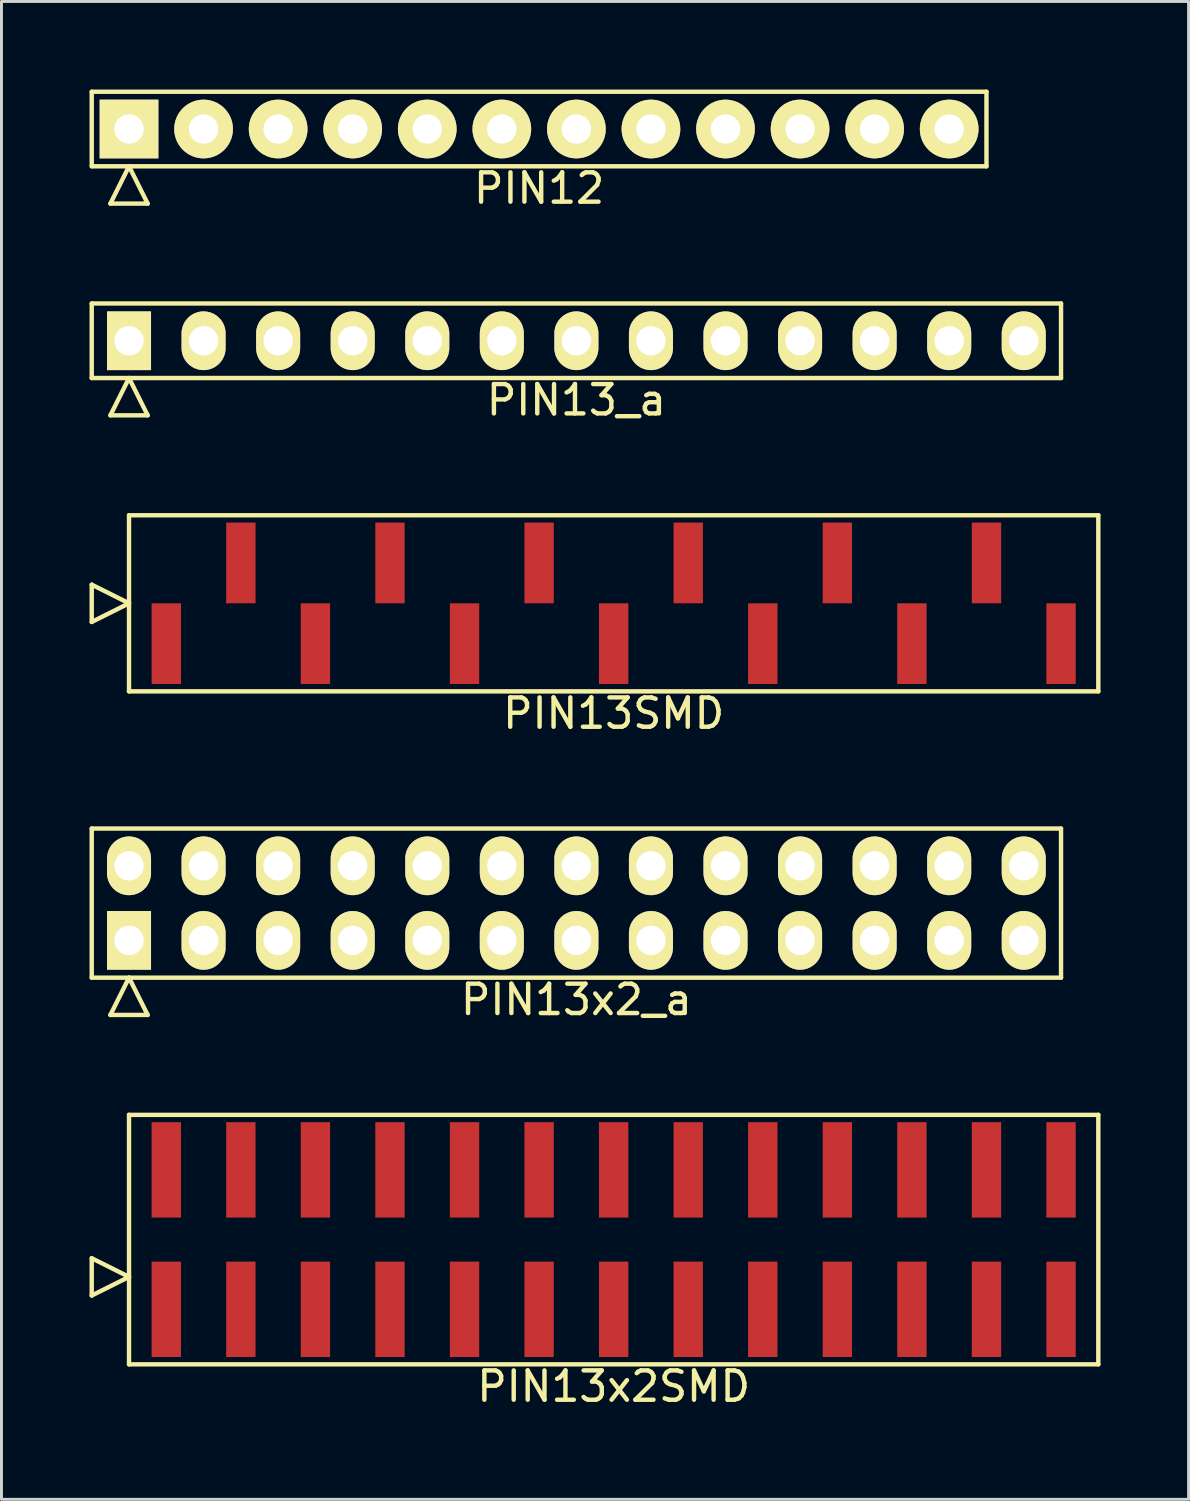
<source format=kicad_pcb>
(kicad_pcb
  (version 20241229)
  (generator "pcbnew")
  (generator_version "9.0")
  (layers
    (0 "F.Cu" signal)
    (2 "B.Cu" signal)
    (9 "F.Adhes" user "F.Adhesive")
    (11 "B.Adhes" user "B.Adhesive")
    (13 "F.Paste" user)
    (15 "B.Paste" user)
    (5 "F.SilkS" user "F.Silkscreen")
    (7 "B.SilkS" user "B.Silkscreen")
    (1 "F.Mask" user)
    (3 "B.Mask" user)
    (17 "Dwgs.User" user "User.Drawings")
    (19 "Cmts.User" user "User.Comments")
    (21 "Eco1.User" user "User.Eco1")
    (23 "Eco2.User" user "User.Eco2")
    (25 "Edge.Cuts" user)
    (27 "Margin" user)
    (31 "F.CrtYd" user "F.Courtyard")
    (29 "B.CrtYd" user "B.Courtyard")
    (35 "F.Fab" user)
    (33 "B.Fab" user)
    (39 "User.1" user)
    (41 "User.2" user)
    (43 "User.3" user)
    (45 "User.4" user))
  (footprint "PIN13x2_a"
    (layer "F.Cu")
    (at 16.585 27.715)
    (property "Reference" "PIN13x2_a" (at 0 3.29 0) (layer "F.SilkS") (effects (font (size 1 1) (thickness 0.15))))
    (attr through_hole)
    (fp_line (start -16.51 -2.54) (end -16.51 2.54) (stroke (width 0.15) (type solid)) (layer "F.SilkS"))
    (fp_line (start -16.51 2.54) (end 16.51 2.54) (stroke (width 0.15) (type solid)) (layer "F.SilkS"))
    (fp_line (start -15.875 3.81) (end -15.24 2.54) (stroke (width 0.15) (type solid)) (layer "F.SilkS"))
    (fp_line (start -15.875 3.81) (end -14.605 3.81) (stroke (width 0.15) (type solid)) (layer "F.SilkS"))
    (fp_line (start -14.605 3.81) (end -15.24 2.54) (stroke (width 0.15) (type solid)) (layer "F.SilkS"))
    (fp_line (start 16.51 -2.54) (end -16.51 -2.54) (stroke (width 0.15) (type solid)) (layer "F.SilkS"))
    (fp_line (start 16.51 2.54) (end 16.51 -2.54) (stroke (width 0.15) (type solid)) (layer "F.SilkS"))
    (pad "1" thru_hole rect (at -15.24 1.27) (size 1.5 2) (drill 1) (layers "*.Cu" "*.Mask" "F.SilkS"))
    (pad "2" thru_hole oval (at -15.24 -1.27) (size 1.5 2) (drill 1) (layers "*.Cu" "*.Mask" "F.SilkS"))
    (pad "3" thru_hole oval (at -12.7 1.27) (size 1.5 2) (drill 1) (layers "*.Cu" "*.Mask" "F.SilkS"))
    (pad "4" thru_hole oval (at -12.7 -1.27) (size 1.5 2) (drill 1) (layers "*.Cu" "*.Mask" "F.SilkS"))
    (pad "5" thru_hole oval (at -10.16 1.27) (size 1.5 2) (drill 1) (layers "*.Cu" "*.Mask" "F.SilkS"))
    (pad "6" thru_hole oval (at -10.16 -1.27) (size 1.5 2) (drill 1) (layers "*.Cu" "*.Mask" "F.SilkS"))
    (pad "7" thru_hole oval (at -7.62 1.27) (size 1.5 2) (drill 1) (layers "*.Cu" "*.Mask" "F.SilkS"))
    (pad "8" thru_hole oval (at -7.62 -1.27) (size 1.5 2) (drill 1) (layers "*.Cu" "*.Mask" "F.SilkS"))
    (pad "9" thru_hole oval (at -5.08 1.27) (size 1.5 2) (drill 1) (layers "*.Cu" "*.Mask" "F.SilkS"))
    (pad "10" thru_hole oval (at -5.08 -1.27) (size 1.5 2) (drill 1) (layers "*.Cu" "*.Mask" "F.SilkS"))
    (pad "11" thru_hole oval (at -2.54 1.27) (size 1.5 2) (drill 1) (layers "*.Cu" "*.Mask" "F.SilkS"))
    (pad "12" thru_hole oval (at -2.54 -1.27) (size 1.5 2) (drill 1) (layers "*.Cu" "*.Mask" "F.SilkS"))
    (pad "13" thru_hole oval (at 0 1.27) (size 1.5 2) (drill 1) (layers "*.Cu" "*.Mask" "F.SilkS"))
    (pad "14" thru_hole oval (at 0 -1.27) (size 1.5 2) (drill 1) (layers "*.Cu" "*.Mask" "F.SilkS"))
    (pad "15" thru_hole oval (at 2.54 1.27) (size 1.5 2) (drill 1) (layers "*.Cu" "*.Mask" "F.SilkS"))
    (pad "16" thru_hole oval (at 2.54 -1.27) (size 1.5 2) (drill 1) (layers "*.Cu" "*.Mask" "F.SilkS"))
    (pad "17" thru_hole oval (at 5.08 1.27) (size 1.5 2) (drill 1) (layers "*.Cu" "*.Mask" "F.SilkS"))
    (pad "18" thru_hole oval (at 5.08 -1.27) (size 1.5 2) (drill 1) (layers "*.Cu" "*.Mask" "F.SilkS"))
    (pad "19" thru_hole oval (at 7.62 1.27) (size 1.5 2) (drill 1) (layers "*.Cu" "*.Mask" "F.SilkS"))
    (pad "20" thru_hole oval (at 7.62 -1.27) (size 1.5 2) (drill 1) (layers "*.Cu" "*.Mask" "F.SilkS"))
    (pad "21" thru_hole oval (at 10.16 1.27) (size 1.5 2) (drill 1) (layers "*.Cu" "*.Mask" "F.SilkS"))
    (pad "22" thru_hole oval (at 10.16 -1.27) (size 1.5 2) (drill 1) (layers "*.Cu" "*.Mask" "F.SilkS"))
    (pad "23" thru_hole oval (at 12.7 1.27) (size 1.5 2) (drill 1) (layers "*.Cu" "*.Mask" "F.SilkS"))
    (pad "24" thru_hole oval (at 12.7 -1.27) (size 1.5 2) (drill 1) (layers "*.Cu" "*.Mask" "F.SilkS"))
    (pad "25" thru_hole oval (at 15.24 1.27) (size 1.5 2) (drill 1) (layers "*.Cu" "*.Mask" "F.SilkS"))
    (pad "26" thru_hole oval (at 15.24 -1.27) (size 1.5 2) (drill 1) (layers "*.Cu" "*.Mask" "F.SilkS")))
  (footprint "PIN12"
    (layer "F.Cu")
    (at 15.315 1.345)
    (property "Reference" "PIN12" (at 0 2.02 0) (layer "F.SilkS") (effects (font (size 1 1) (thickness 0.15))))
    (attr through_hole)
    (fp_line (start -15.24 -1.27) (end -15.24 1.27) (stroke (width 0.15) (type solid)) (layer "F.SilkS"))
    (fp_line (start -15.24 1.27) (end 15.24 1.27) (stroke (width 0.15) (type solid)) (layer "F.SilkS"))
    (fp_line (start -14.605 2.54) (end -13.97 1.27) (stroke (width 0.15) (type solid)) (layer "F.SilkS"))
    (fp_line (start -14.605 2.54) (end -13.335 2.54) (stroke (width 0.15) (type solid)) (layer "F.SilkS"))
    (fp_line (start -13.335 2.54) (end -13.97 1.27) (stroke (width 0.15) (type solid)) (layer "F.SilkS"))
    (fp_line (start 15.24 -1.27) (end -15.24 -1.27) (stroke (width 0.15) (type solid)) (layer "F.SilkS"))
    (fp_line (start 15.24 1.27) (end 15.24 -1.27) (stroke (width 0.15) (type solid)) (layer "F.SilkS"))
    (pad "1" thru_hole rect (at -13.97 0) (size 2 2) (drill 1) (layers "*.Cu" "*.Mask" "F.SilkS"))
    (pad "2" thru_hole oval (at -11.43 0) (size 2 2) (drill 1) (layers "*.Cu" "*.Mask" "F.SilkS"))
    (pad "3" thru_hole oval (at -8.89 0) (size 2 2) (drill 1) (layers "*.Cu" "*.Mask" "F.SilkS"))
    (pad "4" thru_hole oval (at -6.35 0) (size 2 2) (drill 1) (layers "*.Cu" "*.Mask" "F.SilkS"))
    (pad "5" thru_hole oval (at -3.81 0) (size 2 2) (drill 1) (layers "*.Cu" "*.Mask" "F.SilkS"))
    (pad "6" thru_hole oval (at -1.27 0) (size 2 2) (drill 1) (layers "*.Cu" "*.Mask" "F.SilkS"))
    (pad "7" thru_hole oval (at 1.27 0) (size 2 2) (drill 1) (layers "*.Cu" "*.Mask" "F.SilkS"))
    (pad "8" thru_hole oval (at 3.81 0) (size 2 2) (drill 1) (layers "*.Cu" "*.Mask" "F.SilkS"))
    (pad "9" thru_hole oval (at 6.35 0) (size 2 2) (drill 1) (layers "*.Cu" "*.Mask" "F.SilkS"))
    (pad "10" thru_hole oval (at 8.89 0) (size 2 2) (drill 1) (layers "*.Cu" "*.Mask" "F.SilkS"))
    (pad "11" thru_hole oval (at 11.43 0) (size 2 2) (drill 1) (layers "*.Cu" "*.Mask" "F.SilkS"))
    (pad "12" thru_hole oval (at 13.97 0) (size 2 2) (drill 1) (layers "*.Cu" "*.Mask" "F.SilkS")))
  (footprint "PIN13SMD"
    (layer "F.Cu")
    (at 17.855 17.502)
    (property "Reference" "PIN13SMD" (at 0 3.75 0) (layer "F.SilkS") (effects (font (size 1 1) (thickness 0.15))))
    (attr through_hole)
    (fp_line (start -17.78 0.635) (end -17.78 -0.635) (stroke (width 0.15) (type solid)) (layer "F.SilkS"))
    (fp_line (start -16.51 -3) (end -16.51 3) (stroke (width 0.15) (type solid)) (layer "F.SilkS"))
    (fp_line (start -16.51 0) (end -17.78 -0.635) (stroke (width 0.15) (type solid)) (layer "F.SilkS"))
    (fp_line (start -16.51 0) (end -17.78 0.635) (stroke (width 0.15) (type solid)) (layer "F.SilkS"))
    (fp_line (start -16.51 3) (end 16.51 3) (stroke (width 0.15) (type solid)) (layer "F.SilkS"))
    (fp_line (start 16.51 -3) (end -16.51 -3) (stroke (width 0.15) (type solid)) (layer "F.SilkS"))
    (fp_line (start 16.51 3) (end 16.51 -3) (stroke (width 0.15) (type solid)) (layer "F.SilkS"))
    (pad "1" smd rect (at -15.24 1.375) (size 1 2.75) (layers "F.Cu" "F.Mask" "F.Paste"))
    (pad "2" smd rect (at -12.7 -1.375) (size 1 2.75) (layers "F.Cu" "F.Mask" "F.Paste"))
    (pad "3" smd rect (at -10.16 1.375) (size 1 2.75) (layers "F.Cu" "F.Mask" "F.Paste"))
    (pad "4" smd rect (at -7.62 -1.375) (size 1 2.75) (layers "F.Cu" "F.Mask" "F.Paste"))
    (pad "5" smd rect (at -5.08 1.375) (size 1 2.75) (layers "F.Cu" "F.Mask" "F.Paste"))
    (pad "6" smd rect (at -2.54 -1.375) (size 1 2.75) (layers "F.Cu" "F.Mask" "F.Paste"))
    (pad "7" smd rect (at 0 1.375) (size 1 2.75) (layers "F.Cu" "F.Mask" "F.Paste"))
    (pad "8" smd rect (at 2.54 -1.375) (size 1 2.75) (layers "F.Cu" "F.Mask" "F.Paste"))
    (pad "9" smd rect (at 5.08 1.375) (size 1 2.75) (layers "F.Cu" "F.Mask" "F.Paste"))
    (pad "10" smd rect (at 7.62 -1.375) (size 1 2.75) (layers "F.Cu" "F.Mask" "F.Paste"))
    (pad "11" smd rect (at 10.16 1.375) (size 1 2.75) (layers "F.Cu" "F.Mask" "F.Paste"))
    (pad "12" smd rect (at 12.7 -1.375) (size 1 2.75) (layers "F.Cu" "F.Mask" "F.Paste"))
    (pad "13" smd rect (at 15.24 1.375) (size 1 2.75) (layers "F.Cu" "F.Mask" "F.Paste")))
  (footprint "PIN13_a"
    (layer "F.Cu")
    (at 16.585 8.558)
    (property "Reference" "PIN13_a" (at 0 2.02 0) (layer "F.SilkS") (effects (font (size 1 1) (thickness 0.15))))
    (attr through_hole)
    (fp_line (start -16.51 -1.27) (end -16.51 1.27) (stroke (width 0.15) (type solid)) (layer "F.SilkS"))
    (fp_line (start -16.51 1.27) (end 16.51 1.27) (stroke (width 0.15) (type solid)) (layer "F.SilkS"))
    (fp_line (start -15.875 2.54) (end -15.24 1.27) (stroke (width 0.15) (type solid)) (layer "F.SilkS"))
    (fp_line (start -15.875 2.54) (end -14.605 2.54) (stroke (width 0.15) (type solid)) (layer "F.SilkS"))
    (fp_line (start -14.605 2.54) (end -15.24 1.27) (stroke (width 0.15) (type solid)) (layer "F.SilkS"))
    (fp_line (start 16.51 -1.27) (end -16.51 -1.27) (stroke (width 0.15) (type solid)) (layer "F.SilkS"))
    (fp_line (start 16.51 1.27) (end 16.51 -1.27) (stroke (width 0.15) (type solid)) (layer "F.SilkS"))
    (pad "1" thru_hole rect (at -15.24 0) (size 1.5 2) (drill 1) (layers "*.Cu" "*.Mask" "F.SilkS"))
    (pad "2" thru_hole oval (at -12.7 0) (size 1.5 2) (drill 1) (layers "*.Cu" "*.Mask" "F.SilkS"))
    (pad "3" thru_hole oval (at -10.16 0) (size 1.5 2) (drill 1) (layers "*.Cu" "*.Mask" "F.SilkS"))
    (pad "4" thru_hole oval (at -7.62 0) (size 1.5 2) (drill 1) (layers "*.Cu" "*.Mask" "F.SilkS"))
    (pad "5" thru_hole oval (at -5.08 0) (size 1.5 2) (drill 1) (layers "*.Cu" "*.Mask" "F.SilkS"))
    (pad "6" thru_hole oval (at -2.54 0) (size 1.5 2) (drill 1) (layers "*.Cu" "*.Mask" "F.SilkS"))
    (pad "7" thru_hole oval (at 0 0) (size 1.5 2) (drill 1) (layers "*.Cu" "*.Mask" "F.SilkS"))
    (pad "8" thru_hole oval (at 2.54 0) (size 1.5 2) (drill 1) (layers "*.Cu" "*.Mask" "F.SilkS"))
    (pad "9" thru_hole oval (at 5.08 0) (size 1.5 2) (drill 1) (layers "*.Cu" "*.Mask" "F.SilkS"))
    (pad "10" thru_hole oval (at 7.62 0) (size 1.5 2) (drill 1) (layers "*.Cu" "*.Mask" "F.SilkS"))
    (pad "11" thru_hole oval (at 10.16 0) (size 1.5 2) (drill 1) (layers "*.Cu" "*.Mask" "F.SilkS"))
    (pad "12" thru_hole oval (at 12.7 0) (size 1.5 2) (drill 1) (layers "*.Cu" "*.Mask" "F.SilkS"))
    (pad "13" thru_hole oval (at 15.24 0) (size 1.5 2) (drill 1) (layers "*.Cu" "*.Mask" "F.SilkS")))
  (footprint "PIN13x2SMD"
    (layer "F.Cu")
    (at 17.855 39.178)
    (property "Reference" "PIN13x2SMD" (at 0 5 0) (layer "F.SilkS") (effects (font (size 1 1) (thickness 0.15))))
    (attr through_hole)
    (fp_line (start -17.78 1.905) (end -17.78 0.635) (stroke (width 0.15) (type solid)) (layer "F.SilkS"))
    (fp_line (start -16.51 -4.25) (end -16.51 4.25) (stroke (width 0.15) (type solid)) (layer "F.SilkS"))
    (fp_line (start -16.51 1.27) (end -17.78 0.635) (stroke (width 0.15) (type solid)) (layer "F.SilkS"))
    (fp_line (start -16.51 1.27) (end -17.78 1.905) (stroke (width 0.15) (type solid)) (layer "F.SilkS"))
    (fp_line (start -16.51 4.25) (end 16.51 4.25) (stroke (width 0.15) (type solid)) (layer "F.SilkS"))
    (fp_line (start 16.51 -4.25) (end -16.51 -4.25) (stroke (width 0.15) (type solid)) (layer "F.SilkS"))
    (fp_line (start 16.51 4.25) (end 16.51 -4.25) (stroke (width 0.15) (type solid)) (layer "F.SilkS"))
    (pad "1" smd rect (at -15.24 2.375) (size 1 3.25) (layers "F.Cu" "F.Mask" "F.Paste"))
    (pad "2" smd rect (at -15.24 -2.375) (size 1 3.25) (layers "F.Cu" "F.Mask" "F.Paste"))
    (pad "3" smd rect (at -12.7 2.375) (size 1 3.25) (layers "F.Cu" "F.Mask" "F.Paste"))
    (pad "4" smd rect (at -12.7 -2.375) (size 1 3.25) (layers "F.Cu" "F.Mask" "F.Paste"))
    (pad "5" smd rect (at -10.16 2.375) (size 1 3.25) (layers "F.Cu" "F.Mask" "F.Paste"))
    (pad "6" smd rect (at -10.16 -2.375) (size 1 3.25) (layers "F.Cu" "F.Mask" "F.Paste"))
    (pad "7" smd rect (at -7.62 2.375) (size 1 3.25) (layers "F.Cu" "F.Mask" "F.Paste"))
    (pad "8" smd rect (at -7.62 -2.375) (size 1 3.25) (layers "F.Cu" "F.Mask" "F.Paste"))
    (pad "9" smd rect (at -5.08 2.375) (size 1 3.25) (layers "F.Cu" "F.Mask" "F.Paste"))
    (pad "10" smd rect (at -5.08 -2.375) (size 1 3.25) (layers "F.Cu" "F.Mask" "F.Paste"))
    (pad "11" smd rect (at -2.54 2.375) (size 1 3.25) (layers "F.Cu" "F.Mask" "F.Paste"))
    (pad "12" smd rect (at -2.54 -2.375) (size 1 3.25) (layers "F.Cu" "F.Mask" "F.Paste"))
    (pad "13" smd rect (at 0 2.375) (size 1 3.25) (layers "F.Cu" "F.Mask" "F.Paste"))
    (pad "14" smd rect (at 0 -2.375) (size 1 3.25) (layers "F.Cu" "F.Mask" "F.Paste"))
    (pad "15" smd rect (at 2.54 2.375) (size 1 3.25) (layers "F.Cu" "F.Mask" "F.Paste"))
    (pad "16" smd rect (at 2.54 -2.375) (size 1 3.25) (layers "F.Cu" "F.Mask" "F.Paste"))
    (pad "17" smd rect (at 5.08 2.375) (size 1 3.25) (layers "F.Cu" "F.Mask" "F.Paste"))
    (pad "18" smd rect (at 5.08 -2.375) (size 1 3.25) (layers "F.Cu" "F.Mask" "F.Paste"))
    (pad "19" smd rect (at 7.62 2.375) (size 1 3.25) (layers "F.Cu" "F.Mask" "F.Paste"))
    (pad "20" smd rect (at 7.62 -2.375) (size 1 3.25) (layers "F.Cu" "F.Mask" "F.Paste"))
    (pad "21" smd rect (at 10.16 2.375) (size 1 3.25) (layers "F.Cu" "F.Mask" "F.Paste"))
    (pad "22" smd rect (at 10.16 -2.375) (size 1 3.25) (layers "F.Cu" "F.Mask" "F.Paste"))
    (pad "23" smd rect (at 12.7 2.375) (size 1 3.25) (layers "F.Cu" "F.Mask" "F.Paste"))
    (pad "24" smd rect (at 12.7 -2.375) (size 1 3.25) (layers "F.Cu" "F.Mask" "F.Paste"))
    (pad "25" smd rect (at 15.24 2.375) (size 1 3.25) (layers "F.Cu" "F.Mask" "F.Paste"))
    (pad "26" smd rect (at 15.24 -2.375) (size 1 3.25) (layers "F.Cu" "F.Mask" "F.Paste")))
  (gr_rect
    (start -3 -3)
    (end 37.44 48.026)
    (stroke (width 0.1) (type default))
    (fill no)
    (layer "Edge.Cuts")))
</source>
